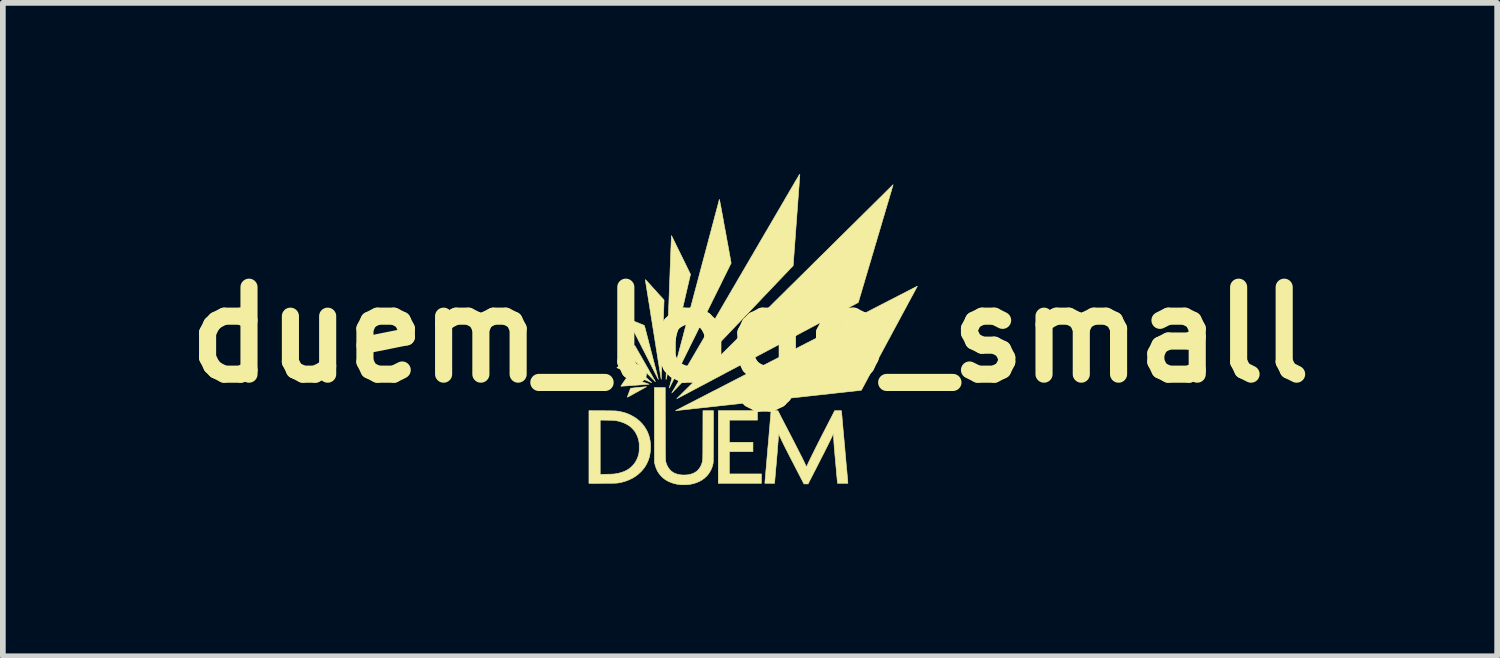
<source format=kicad_pcb>
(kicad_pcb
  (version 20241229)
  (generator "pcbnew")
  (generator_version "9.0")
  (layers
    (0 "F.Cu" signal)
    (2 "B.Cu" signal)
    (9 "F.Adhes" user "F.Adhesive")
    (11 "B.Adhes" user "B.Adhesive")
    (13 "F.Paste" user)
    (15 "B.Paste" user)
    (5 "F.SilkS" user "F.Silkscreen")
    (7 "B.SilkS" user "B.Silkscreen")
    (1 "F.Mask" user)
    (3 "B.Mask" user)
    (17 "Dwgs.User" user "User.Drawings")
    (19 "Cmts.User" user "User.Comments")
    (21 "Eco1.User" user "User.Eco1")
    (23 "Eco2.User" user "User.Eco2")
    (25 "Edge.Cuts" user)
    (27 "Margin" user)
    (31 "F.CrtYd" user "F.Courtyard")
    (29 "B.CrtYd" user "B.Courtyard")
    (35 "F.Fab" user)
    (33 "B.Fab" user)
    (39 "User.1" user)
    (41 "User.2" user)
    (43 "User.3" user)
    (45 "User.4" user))
  (footprint "duem_logo_small"
    (layer "F.Cu")
    (at 10.095 2.818)
    (property "Reference" "duem_logo_small" (at 0 0 0) (layer "F.SilkS") (effects (font (size 1.524 1.524) (thickness 0.3))))
    (attr through_hole)
    (fp_poly (pts (xy 0.13 1.495) (xy -0.362 1.495) (xy -0.362 1.883) (xy 0.051 1.883) (xy 0.051 2.048) (xy -0.362 2.048) (xy -0.362 2.438) (xy 0.2 2.438) (xy 0.2 2.603) (xy -0.556 2.603) (xy -0.556 1.33) (xy 0.13 1.33) (xy 0.13 1.495)) (stroke (width 0.01) (type solid)) (fill yes) (layer "F.SilkS"))
    (fp_poly (pts (xy -1.958 0.8) (xy -1.925 0.811) (xy -1.893 0.822) (xy -1.865 0.832) (xy -1.838 0.841) (xy -1.816 0.849) (xy -1.797 0.855) (xy -1.783 0.861) (xy -1.773 0.864) (xy -1.769 0.866) (xy -1.769 0.866) (xy -1.773 0.866) (xy -1.783 0.867) (xy -1.797 0.868) (xy -1.817 0.87) (xy -1.841 0.871) (xy -1.869 0.873) (xy -1.9 0.876) (xy -1.933 0.878) (xy -1.969 0.881) (xy -1.997 0.883) (xy -2.035 0.885) (xy -2.071 0.888) (xy -2.105 0.89) (xy -2.137 0.893) (xy -2.166 0.895) (xy -2.191 0.896) (xy -2.212 0.898) (xy -2.228 0.899) (xy -2.239 0.9) (xy -2.242 0.9) (xy -2.253 0.901) (xy -2.261 0.901) (xy -2.264 0.9) (xy -2.264 0.9) (xy -2.262 0.897) (xy -2.257 0.889) (xy -2.249 0.878) (xy -2.239 0.863) (xy -2.228 0.846) (xy -2.214 0.826) (xy -2.207 0.816) (xy -2.151 0.734) (xy -1.958 0.8)) (stroke (width 0.01) (type solid)) (fill yes) (layer "F.SilkS"))
    (fp_poly (pts (xy -1.814 0.909) (xy -1.817 0.911) (xy -1.825 0.915) (xy -1.837 0.922) (xy -1.853 0.931) (xy -1.873 0.943) (xy -1.897 0.956) (xy -1.923 0.97) (xy -1.951 0.986) (xy -1.981 1.003) (xy -1.984 1.004) (xy -2.017 1.022) (xy -2.047 1.039) (xy -2.074 1.054) (xy -2.098 1.067) (xy -2.118 1.077) (xy -2.133 1.085) (xy -2.144 1.09) (xy -2.15 1.093) (xy -2.151 1.093) (xy -2.15 1.089) (xy -2.146 1.079) (xy -2.141 1.065) (xy -2.135 1.048) (xy -2.128 1.029) (xy -2.122 1.013) (xy -2.114 0.992) (xy -2.107 0.974) (xy -2.102 0.958) (xy -2.097 0.946) (xy -2.094 0.939) (xy -2.093 0.937) (xy -2.09 0.936) (xy -2.081 0.935) (xy -2.068 0.934) (xy -2.05 0.932) (xy -2.03 0.93) (xy -2.007 0.927) (xy -1.982 0.925) (xy -1.956 0.922) (xy -1.931 0.92) (xy -1.906 0.917) (xy -1.882 0.915) (xy -1.861 0.913) (xy -1.843 0.911) (xy -1.828 0.91) (xy -1.819 0.909) (xy -1.814 0.909) (xy -1.814 0.909)) (stroke (width 0.01) (type solid)) (fill yes) (layer "F.SilkS"))
    (fp_poly (pts (xy -1.944 0.637) (xy -1.907 0.671) (xy -1.874 0.701) (xy -1.845 0.727) (xy -1.82 0.749) (xy -1.799 0.769) (xy -1.781 0.785) (xy -1.766 0.799) (xy -1.754 0.81) (xy -1.744 0.818) (xy -1.737 0.825) (xy -1.731 0.83) (xy -1.728 0.834) (xy -1.725 0.836) (xy -1.724 0.837) (xy -1.724 0.838) (xy -1.724 0.838) (xy -1.725 0.838) (xy -1.726 0.838) (xy -1.73 0.837) (xy -1.738 0.833) (xy -1.75 0.828) (xy -1.765 0.822) (xy -1.768 0.82) (xy -1.778 0.816) (xy -1.793 0.81) (xy -1.812 0.801) (xy -1.836 0.791) (xy -1.863 0.78) (xy -1.893 0.767) (xy -1.926 0.752) (xy -1.96 0.738) (xy -1.996 0.722) (xy -2.032 0.707) (xy -2.069 0.691) (xy -2.105 0.675) (xy -2.14 0.66) (xy -2.174 0.645) (xy -2.206 0.632) (xy -2.235 0.619) (xy -2.26 0.608) (xy -2.273 0.603) (xy -2.295 0.593) (xy -2.312 0.586) (xy -2.324 0.58) (xy -2.331 0.576) (xy -2.333 0.573) (xy -2.333 0.572) (xy -2.329 0.57) (xy -2.321 0.565) (xy -2.308 0.557) (xy -2.292 0.547) (xy -2.274 0.536) (xy -2.253 0.523) (xy -2.236 0.513) (xy -2.143 0.457) (xy -1.944 0.637)) (stroke (width 0.01) (type solid)) (fill yes) (layer "F.SilkS"))
    (fp_poly (pts (xy -2.018 0.191) (xy -2.016 0.194) (xy -2.012 0.202) (xy -2.004 0.215) (xy -1.994 0.232) (xy -1.982 0.253) (xy -1.968 0.279) (xy -1.951 0.307) (xy -1.933 0.339) (xy -1.913 0.373) (xy -1.892 0.41) (xy -1.87 0.449) (xy -1.847 0.49) (xy -1.838 0.505) (xy -1.815 0.546) (xy -1.792 0.585) (xy -1.771 0.623) (xy -1.751 0.659) (xy -1.732 0.691) (xy -1.715 0.721) (xy -1.7 0.748) (xy -1.686 0.771) (xy -1.676 0.79) (xy -1.667 0.805) (xy -1.661 0.815) (xy -1.659 0.819) (xy -1.658 0.82) (xy -1.658 0.822) (xy -1.658 0.822) (xy -1.66 0.82) (xy -1.667 0.814) (xy -1.677 0.804) (xy -1.691 0.79) (xy -1.707 0.774) (xy -1.726 0.755) (xy -1.747 0.733) (xy -1.77 0.71) (xy -1.794 0.686) (xy -1.798 0.682) (xy -1.826 0.654) (xy -1.857 0.622) (xy -1.891 0.588) (xy -1.926 0.552) (xy -1.963 0.515) (xy -2 0.477) (xy -2.036 0.441) (xy -2.07 0.407) (xy -2.1 0.376) (xy -2.263 0.211) (xy -2.251 0.209) (xy -2.245 0.208) (xy -2.234 0.207) (xy -2.219 0.206) (xy -2.2 0.204) (xy -2.179 0.202) (xy -2.156 0.2) (xy -2.133 0.198) (xy -2.109 0.197) (xy -2.087 0.195) (xy -2.066 0.193) (xy -2.048 0.192) (xy -2.033 0.191) (xy -2.023 0.191) (xy -2.018 0.191) (xy -2.018 0.191)) (stroke (width 0.01) (type solid)) (fill yes) (layer "F.SilkS"))
    (fp_poly (pts (xy -2.142 -0.28) (xy -2.134 -0.277) (xy -2.121 -0.272) (xy -2.105 -0.266) (xy -2.085 -0.258) (xy -2.063 -0.249) (xy -2.039 -0.24) (xy -2.014 -0.23) (xy -1.989 -0.22) (xy -1.963 -0.21) (xy -1.939 -0.2) (xy -1.917 -0.191) (xy -1.896 -0.183) (xy -1.879 -0.176) (xy -1.866 -0.17) (xy -1.857 -0.166) (xy -1.853 -0.164) (xy -1.852 -0.164) (xy -1.852 -0.163) (xy -1.851 -0.159) (xy -1.849 -0.152) (xy -1.846 -0.142) (xy -1.842 -0.128) (xy -1.837 -0.11) (xy -1.831 -0.088) (xy -1.824 -0.061) (xy -1.816 -0.029) (xy -1.806 0.009) (xy -1.795 0.052) (xy -1.794 0.056) (xy -1.786 0.085) (xy -1.779 0.114) (xy -1.772 0.142) (xy -1.764 0.171) (xy -1.756 0.201) (xy -1.748 0.233) (xy -1.74 0.266) (xy -1.73 0.301) (xy -1.72 0.34) (xy -1.71 0.382) (xy -1.698 0.427) (xy -1.685 0.477) (xy -1.671 0.532) (xy -1.655 0.591) (xy -1.638 0.655) (xy -1.631 0.682) (xy -1.625 0.707) (xy -1.619 0.729) (xy -1.615 0.748) (xy -1.611 0.763) (xy -1.608 0.774) (xy -1.607 0.779) (xy -1.607 0.78) (xy -1.609 0.777) (xy -1.613 0.77) (xy -1.619 0.758) (xy -1.627 0.742) (xy -1.637 0.723) (xy -1.648 0.702) (xy -1.657 0.685) (xy -1.67 0.658) (xy -1.686 0.627) (xy -1.703 0.593) (xy -1.72 0.559) (xy -1.737 0.525) (xy -1.753 0.494) (xy -1.761 0.479) (xy -1.774 0.452) (xy -1.79 0.421) (xy -1.808 0.386) (xy -1.827 0.35) (xy -1.845 0.313) (xy -1.864 0.277) (xy -1.881 0.243) (xy -1.887 0.232) (xy -1.902 0.202) (xy -1.917 0.172) (xy -1.932 0.142) (xy -1.947 0.114) (xy -1.96 0.088) (xy -1.971 0.065) (xy -1.981 0.047) (xy -1.986 0.037) (xy -2.004 0.001) (xy -2.023 -0.035) (xy -2.04 -0.07) (xy -2.057 -0.104) (xy -2.074 -0.136) (xy -2.089 -0.166) (xy -2.103 -0.193) (xy -2.115 -0.218) (xy -2.126 -0.239) (xy -2.134 -0.257) (xy -2.14 -0.27) (xy -2.144 -0.278) (xy -2.145 -0.281) (xy -2.145 -0.281) (xy -2.142 -0.28)) (stroke (width 0.01) (type solid)) (fill yes) (layer "F.SilkS"))
    (fp_poly (pts (xy -1.832 -0.966) (xy -1.826 -0.961) (xy -1.818 -0.953) (xy -1.808 -0.942) (xy -1.803 -0.937) (xy -1.791 -0.923) (xy -1.775 -0.906) (xy -1.757 -0.886) (xy -1.737 -0.864) (xy -1.716 -0.84) (xy -1.694 -0.816) (xy -1.671 -0.791) (xy -1.649 -0.767) (xy -1.628 -0.743) (xy -1.608 -0.721) (xy -1.59 -0.701) (xy -1.574 -0.684) (xy -1.562 -0.671) (xy -1.553 -0.661) (xy -1.552 -0.66) (xy -1.541 -0.648) (xy -1.53 -0.636) (xy -1.522 -0.626) (xy -1.516 -0.62) (xy -1.516 -0.62) (xy -1.507 -0.609) (xy -1.52 -0.221) (xy -1.522 -0.17) (xy -1.524 -0.12) (xy -1.526 -0.071) (xy -1.527 -0.023) (xy -1.529 0.023) (xy -1.53 0.066) (xy -1.532 0.106) (xy -1.533 0.142) (xy -1.534 0.175) (xy -1.535 0.203) (xy -1.536 0.225) (xy -1.537 0.242) (xy -1.537 0.249) (xy -1.538 0.267) (xy -1.538 0.29) (xy -1.539 0.318) (xy -1.541 0.35) (xy -1.542 0.385) (xy -1.543 0.423) (xy -1.544 0.462) (xy -1.546 0.502) (xy -1.547 0.542) (xy -1.548 0.555) (xy -1.549 0.592) (xy -1.55 0.627) (xy -1.552 0.66) (xy -1.553 0.69) (xy -1.554 0.717) (xy -1.555 0.739) (xy -1.555 0.757) (xy -1.556 0.77) (xy -1.556 0.778) (xy -1.557 0.78) (xy -1.557 0.777) (xy -1.559 0.769) (xy -1.561 0.755) (xy -1.564 0.737) (xy -1.568 0.715) (xy -1.572 0.69) (xy -1.576 0.663) (xy -1.58 0.637) (xy -1.586 0.604) (xy -1.592 0.564) (xy -1.599 0.52) (xy -1.607 0.47) (xy -1.616 0.417) (xy -1.625 0.359) (xy -1.634 0.298) (xy -1.645 0.234) (xy -1.655 0.167) (xy -1.666 0.099) (xy -1.677 0.029) (xy -1.688 -0.041) (xy -1.7 -0.113) (xy -1.711 -0.184) (xy -1.722 -0.255) (xy -1.734 -0.325) (xy -1.744 -0.393) (xy -1.755 -0.46) (xy -1.765 -0.524) (xy -1.775 -0.585) (xy -1.784 -0.643) (xy -1.793 -0.697) (xy -1.801 -0.747) (xy -1.808 -0.792) (xy -1.814 -0.832) (xy -1.818 -0.854) (xy -1.822 -0.88) (xy -1.826 -0.903) (xy -1.829 -0.924) (xy -1.831 -0.942) (xy -1.833 -0.955) (xy -1.834 -0.964) (xy -1.834 -0.967) (xy -1.832 -0.966)) (stroke (width 0.01) (type solid)) (fill yes) (layer "F.SilkS"))
    (fp_poly (pts (xy -2.59 1.331) (xy -2.546 1.331) (xy -2.507 1.332) (xy -2.474 1.332) (xy -2.445 1.332) (xy -2.421 1.333) (xy -2.401 1.333) (xy -2.384 1.333) (xy -2.37 1.334) (xy -2.358 1.334) (xy -2.347 1.335) (xy -2.338 1.336) (xy -2.33 1.337) (xy -2.322 1.338) (xy -2.315 1.339) (xy -2.266 1.348) (xy -2.221 1.359) (xy -2.179 1.371) (xy -2.139 1.386) (xy -2.097 1.405) (xy -2.091 1.408) (xy -2.034 1.439) (xy -1.982 1.474) (xy -1.935 1.513) (xy -1.893 1.556) (xy -1.855 1.603) (xy -1.822 1.655) (xy -1.8 1.697) (xy -1.779 1.748) (xy -1.762 1.802) (xy -1.751 1.859) (xy -1.744 1.917) (xy -1.743 1.976) (xy -1.746 2.034) (xy -1.754 2.092) (xy -1.766 2.148) (xy -1.784 2.201) (xy -1.803 2.244) (xy -1.823 2.282) (xy -1.843 2.315) (xy -1.865 2.345) (xy -1.89 2.375) (xy -1.911 2.398) (xy -1.957 2.441) (xy -2.007 2.479) (xy -2.06 2.512) (xy -2.118 2.54) (xy -2.18 2.564) (xy -2.245 2.583) (xy -2.311 2.596) (xy -2.318 2.597) (xy -2.326 2.598) (xy -2.335 2.599) (xy -2.346 2.599) (xy -2.358 2.6) (xy -2.373 2.601) (xy -2.392 2.601) (xy -2.414 2.601) (xy -2.44 2.602) (xy -2.47 2.602) (xy -2.506 2.602) (xy -2.547 2.602) (xy -2.584 2.603) (xy -2.823 2.604) (xy -2.823 2.446) (xy -2.626 2.446) (xy -2.512 2.444) (xy -2.485 2.443) (xy -2.458 2.443) (xy -2.433 2.442) (xy -2.412 2.441) (xy -2.393 2.44) (xy -2.38 2.439) (xy -2.373 2.438) (xy -2.312 2.428) (xy -2.256 2.413) (xy -2.205 2.395) (xy -2.158 2.372) (xy -2.115 2.345) (xy -2.077 2.313) (xy -2.043 2.277) (xy -2.034 2.266) (xy -2.008 2.229) (xy -1.987 2.191) (xy -1.969 2.152) (xy -1.956 2.11) (xy -1.947 2.072) (xy -1.945 2.06) (xy -1.944 2.047) (xy -1.943 2.032) (xy -1.942 2.014) (xy -1.942 1.991) (xy -1.942 1.97) (xy -1.942 1.945) (xy -1.942 1.925) (xy -1.942 1.909) (xy -1.943 1.896) (xy -1.945 1.884) (xy -1.947 1.872) (xy -1.949 1.861) (xy -1.962 1.81) (xy -1.981 1.761) (xy -2.005 1.715) (xy -2.022 1.689) (xy -2.035 1.673) (xy -2.051 1.654) (xy -2.07 1.635) (xy -2.09 1.617) (xy -2.108 1.601) (xy -2.118 1.594) (xy -2.162 1.567) (xy -2.21 1.544) (xy -2.263 1.525) (xy -2.319 1.51) (xy -2.357 1.503) (xy -2.369 1.502) (xy -2.384 1.5) (xy -2.402 1.499) (xy -2.424 1.498) (xy -2.451 1.497) (xy -2.483 1.497) (xy -2.507 1.496) (xy -2.626 1.495) (xy -2.626 2.446) (xy -2.823 2.446) (xy -2.823 1.33) (xy -2.59 1.331)) (stroke (width 0.01) (type solid)) (fill yes) (layer "F.SilkS"))
    (fp_poly (pts (xy -1.485 1.555) (xy -1.485 1.63) (xy -1.485 1.7) (xy -1.485 1.763) (xy -1.485 1.821) (xy -1.484 1.874) (xy -1.484 1.922) (xy -1.484 1.965) (xy -1.484 2.004) (xy -1.484 2.038) (xy -1.483 2.069) (xy -1.483 2.096) (xy -1.483 2.12) (xy -1.482 2.141) (xy -1.482 2.158) (xy -1.481 2.174) (xy -1.48 2.187) (xy -1.48 2.198) (xy -1.479 2.207) (xy -1.478 2.216) (xy -1.477 2.222) (xy -1.475 2.229) (xy -1.474 2.234) (xy -1.473 2.239) (xy -1.471 2.244) (xy -1.469 2.25) (xy -1.467 2.255) (xy -1.467 2.257) (xy -1.451 2.296) (xy -1.43 2.332) (xy -1.405 2.364) (xy -1.377 2.392) (xy -1.345 2.414) (xy -1.311 2.431) (xy -1.273 2.443) (xy -1.231 2.452) (xy -1.187 2.457) (xy -1.142 2.457) (xy -1.097 2.454) (xy -1.054 2.447) (xy -1.014 2.435) (xy -0.998 2.429) (xy -0.963 2.411) (xy -0.931 2.389) (xy -0.903 2.361) (xy -0.879 2.328) (xy -0.867 2.307) (xy -0.856 2.286) (xy -0.847 2.264) (xy -0.84 2.24) (xy -0.834 2.218) (xy -0.833 2.214) (xy -0.832 2.209) (xy -0.832 2.205) (xy -0.831 2.2) (xy -0.83 2.194) (xy -0.83 2.186) (xy -0.829 2.177) (xy -0.829 2.166) (xy -0.828 2.153) (xy -0.828 2.137) (xy -0.828 2.117) (xy -0.828 2.095) (xy -0.827 2.069) (xy -0.827 2.038) (xy -0.827 2.004) (xy -0.827 1.965) (xy -0.827 1.92) (xy -0.827 1.871) (xy -0.826 1.815) (xy -0.826 1.76) (xy -0.825 1.33) (xy -0.641 1.33) (xy -0.642 1.784) (xy -0.642 1.846) (xy -0.642 1.903) (xy -0.643 1.954) (xy -0.643 1.999) (xy -0.643 2.04) (xy -0.643 2.075) (xy -0.643 2.107) (xy -0.643 2.134) (xy -0.644 2.157) (xy -0.644 2.178) (xy -0.644 2.195) (xy -0.644 2.209) (xy -0.645 2.221) (xy -0.645 2.231) (xy -0.646 2.239) (xy -0.646 2.245) (xy -0.647 2.251) (xy -0.648 2.255) (xy -0.649 2.259) (xy -0.649 2.263) (xy -0.65 2.266) (xy -0.664 2.316) (xy -0.682 2.361) (xy -0.704 2.402) (xy -0.73 2.441) (xy -0.76 2.476) (xy -0.799 2.512) (xy -0.842 2.544) (xy -0.89 2.57) (xy -0.941 2.592) (xy -0.996 2.609) (xy -1.055 2.621) (xy -1.057 2.621) (xy -1.076 2.623) (xy -1.099 2.625) (xy -1.125 2.627) (xy -1.153 2.627) (xy -1.179 2.627) (xy -1.203 2.627) (xy -1.222 2.626) (xy -1.224 2.626) (xy -1.285 2.617) (xy -1.343 2.603) (xy -1.396 2.584) (xy -1.446 2.561) (xy -1.492 2.533) (xy -1.533 2.5) (xy -1.556 2.477) (xy -1.589 2.439) (xy -1.617 2.397) (xy -1.64 2.351) (xy -1.658 2.301) (xy -1.668 2.264) (xy -1.675 2.234) (xy -1.676 1.579) (xy -1.677 0.924) (xy -1.486 0.924) (xy -1.485 1.555)) (stroke (width 0.01) (type solid)) (fill yes) (layer "F.SilkS"))
    (fp_poly (pts (xy -1.375 -1.736) (xy -1.371 -1.729) (xy -1.366 -1.718) (xy -1.358 -1.704) (xy -1.35 -1.687) (xy -1.35 -1.687) (xy -1.346 -1.678) (xy -1.341 -1.668) (xy -1.336 -1.658) (xy -1.331 -1.647) (xy -1.325 -1.635) (xy -1.318 -1.621) (xy -1.311 -1.606) (xy -1.302 -1.587) (xy -1.291 -1.566) (xy -1.28 -1.542) (xy -1.266 -1.515) (xy -1.251 -1.483) (xy -1.233 -1.448) (xy -1.214 -1.408) (xy -1.191 -1.363) (xy -1.167 -1.313) (xy -1.161 -1.302) (xy -1.148 -1.274) (xy -1.133 -1.244) (xy -1.119 -1.215) (xy -1.105 -1.187) (xy -1.093 -1.161) (xy -1.082 -1.139) (xy -1.076 -1.126) (xy -1.043 -1.06) (xy -1.095 -0.839) (xy -1.105 -0.795) (xy -1.116 -0.749) (xy -1.127 -0.7) (xy -1.139 -0.649) (xy -1.151 -0.594) (xy -1.165 -0.537) (xy -1.179 -0.476) (xy -1.194 -0.412) (xy -1.21 -0.343) (xy -1.226 -0.27) (xy -1.244 -0.193) (xy -1.263 -0.111) (xy -1.283 -0.025) (xy -1.305 0.067) (xy -1.327 0.165) (xy -1.351 0.268) (xy -1.375 0.37) (xy -1.386 0.42) (xy -1.397 0.468) (xy -1.408 0.515) (xy -1.418 0.559) (xy -1.428 0.6) (xy -1.437 0.638) (xy -1.445 0.672) (xy -1.452 0.703) (xy -1.458 0.729) (xy -1.463 0.751) (xy -1.467 0.768) (xy -1.47 0.779) (xy -1.472 0.785) (xy -1.472 0.786) (xy -1.472 0.784) (xy -1.472 0.777) (xy -1.472 0.765) (xy -1.472 0.751) (xy -1.472 0.745) (xy -1.471 0.736) (xy -1.471 0.722) (xy -1.47 0.702) (xy -1.469 0.677) (xy -1.468 0.647) (xy -1.467 0.613) (xy -1.465 0.575) (xy -1.464 0.533) (xy -1.462 0.488) (xy -1.46 0.441) (xy -1.458 0.391) (xy -1.456 0.339) (xy -1.454 0.285) (xy -1.453 0.235) (xy -1.451 0.18) (xy -1.448 0.125) (xy -1.446 0.071) (xy -1.445 0.019) (xy -1.443 -0.031) (xy -1.441 -0.078) (xy -1.439 -0.122) (xy -1.438 -0.163) (xy -1.436 -0.201) (xy -1.435 -0.234) (xy -1.434 -0.262) (xy -1.433 -0.285) (xy -1.432 -0.303) (xy -1.432 -0.313) (xy -1.431 -0.35) (xy -1.429 -0.394) (xy -1.427 -0.443) (xy -1.425 -0.5) (xy -1.422 -0.562) (xy -1.42 -0.63) (xy -1.417 -0.705) (xy -1.414 -0.786) (xy -1.413 -0.814) (xy -1.41 -0.905) (xy -1.406 -0.99) (xy -1.403 -1.069) (xy -1.401 -1.142) (xy -1.398 -1.21) (xy -1.396 -1.272) (xy -1.394 -1.33) (xy -1.392 -1.382) (xy -1.39 -1.43) (xy -1.388 -1.473) (xy -1.387 -1.513) (xy -1.385 -1.548) (xy -1.384 -1.579) (xy -1.383 -1.607) (xy -1.382 -1.631) (xy -1.381 -1.653) (xy -1.38 -1.671) (xy -1.38 -1.686) (xy -1.379 -1.699) (xy -1.379 -1.71) (xy -1.378 -1.719) (xy -1.378 -1.726) (xy -1.378 -1.731) (xy -1.377 -1.734) (xy -1.377 -1.737) (xy -1.377 -1.738) (xy -1.377 -1.739) (xy -1.377 -1.739) (xy -1.375 -1.736)) (stroke (width 0.01) (type solid)) (fill yes) (layer "F.SilkS"))
    (fp_poly (pts (xy -0.537 -2.373) (xy -0.536 -2.37) (xy -0.535 -2.366) (xy -0.534 -2.36) (xy -0.532 -2.353) (xy -0.53 -2.342) (xy -0.527 -2.33) (xy -0.525 -2.315) (xy -0.521 -2.297) (xy -0.517 -2.275) (xy -0.512 -2.251) (xy -0.507 -2.223) (xy -0.501 -2.191) (xy -0.495 -2.156) (xy -0.487 -2.116) (xy -0.479 -2.071) (xy -0.47 -2.023) (xy -0.461 -1.969) (xy -0.45 -1.91) (xy -0.438 -1.847) (xy -0.425 -1.777) (xy -0.412 -1.702) (xy -0.397 -1.622) (xy -0.384 -1.552) (xy -0.331 -1.257) (xy -0.437 -1.042) (xy -0.456 -1.005) (xy -0.475 -0.966) (xy -0.494 -0.928) (xy -0.512 -0.89) (xy -0.53 -0.854) (xy -0.547 -0.82) (xy -0.562 -0.789) (xy -0.576 -0.762) (xy -0.587 -0.739) (xy -0.592 -0.729) (xy -0.602 -0.709) (xy -0.612 -0.689) (xy -0.622 -0.667) (xy -0.634 -0.644) (xy -0.647 -0.618) (xy -0.661 -0.59) (xy -0.676 -0.559) (xy -0.693 -0.525) (xy -0.711 -0.488) (xy -0.731 -0.447) (xy -0.753 -0.402) (xy -0.778 -0.353) (xy -0.805 -0.299) (xy -0.834 -0.24) (xy -0.866 -0.175) (xy -0.868 -0.17) (xy -0.885 -0.137) (xy -0.902 -0.102) (xy -0.919 -0.067) (xy -0.936 -0.032) (xy -0.952 0.000383) (xy -0.967 0.031) (xy -0.98 0.057) (xy -0.991 0.079) (xy -0.992 0.081) (xy -1.001 0.099) (xy -1.013 0.123) (xy -1.026 0.15) (xy -1.042 0.181) (xy -1.059 0.215) (xy -1.076 0.252) (xy -1.095 0.289) (xy -1.114 0.327) (xy -1.133 0.365) (xy -1.146 0.392) (xy -1.164 0.428) (xy -1.181 0.462) (xy -1.197 0.495) (xy -1.213 0.526) (xy -1.227 0.555) (xy -1.239 0.58) (xy -1.25 0.601) (xy -1.258 0.619) (xy -1.265 0.632) (xy -1.268 0.64) (xy -1.268 0.64) (xy -1.273 0.65) (xy -1.28 0.665) (xy -1.289 0.682) (xy -1.299 0.703) (xy -1.311 0.726) (xy -1.323 0.75) (xy -1.335 0.775) (xy -1.348 0.801) (xy -1.36 0.825) (xy -1.372 0.849) (xy -1.384 0.871) (xy -1.393 0.891) (xy -1.402 0.908) (xy -1.409 0.921) (xy -1.413 0.93) (xy -1.415 0.933) (xy -1.415 0.933) (xy -1.416 0.932) (xy -1.415 0.93) (xy -1.414 0.925) (xy -1.411 0.916) (xy -1.408 0.902) (xy -1.403 0.887) (xy -1.402 0.881) (xy -1.399 0.871) (xy -1.395 0.855) (xy -1.39 0.834) (xy -1.383 0.809) (xy -1.375 0.78) (xy -1.367 0.748) (xy -1.357 0.713) (xy -1.348 0.676) (xy -1.337 0.638) (xy -1.327 0.598) (xy -1.324 0.587) (xy -1.314 0.55) (xy -1.303 0.508) (xy -1.29 0.461) (xy -1.277 0.41) (xy -1.262 0.356) (xy -1.247 0.299) (xy -1.232 0.241) (xy -1.216 0.183) (xy -1.201 0.124) (xy -1.185 0.066) (xy -1.17 0.01) (xy -1.156 -0.045) (xy -1.156 -0.046) (xy -1.142 -0.099) (xy -1.127 -0.153) (xy -1.113 -0.208) (xy -1.098 -0.263) (xy -1.084 -0.318) (xy -1.069 -0.371) (xy -1.056 -0.422) (xy -1.043 -0.471) (xy -1.031 -0.516) (xy -1.02 -0.558) (xy -1.01 -0.594) (xy -1.002 -0.626) (xy -1 -0.632) (xy -0.959 -0.788) (xy -0.919 -0.937) (xy -0.881 -1.082) (xy -0.844 -1.221) (xy -0.808 -1.355) (xy -0.778 -1.468) (xy -0.766 -1.512) (xy -0.754 -1.558) (xy -0.741 -1.606) (xy -0.728 -1.655) (xy -0.716 -1.703) (xy -0.703 -1.75) (xy -0.691 -1.795) (xy -0.68 -1.835) (xy -0.671 -1.871) (xy -0.67 -1.875) (xy -0.66 -1.914) (xy -0.648 -1.957) (xy -0.636 -2.002) (xy -0.624 -2.048) (xy -0.612 -2.094) (xy -0.6 -2.137) (xy -0.59 -2.177) (xy -0.581 -2.21) (xy -0.573 -2.24) (xy -0.565 -2.269) (xy -0.558 -2.296) (xy -0.552 -2.32) (xy -0.547 -2.34) (xy -0.542 -2.356) (xy -0.539 -2.367) (xy -0.538 -2.373) (xy -0.538 -2.373) (xy -0.537 -2.374) (xy -0.537 -2.373)) (stroke (width 0.01) (type solid)) (fill yes) (layer "F.SilkS"))
    (fp_poly (pts (xy 2.507 -2.628) (xy 2.504 -2.619) (xy 2.5 -2.606) (xy 2.495 -2.588) (xy 2.489 -2.566) (xy 2.482 -2.541) (xy 2.474 -2.514) (xy 2.465 -2.484) (xy 2.464 -2.479) (xy 2.453 -2.444) (xy 2.442 -2.405) (xy 2.43 -2.365) (xy 2.418 -2.325) (xy 2.406 -2.286) (xy 2.396 -2.25) (xy 2.386 -2.218) (xy 2.383 -2.207) (xy 2.375 -2.181) (xy 2.366 -2.15) (xy 2.356 -2.114) (xy 2.344 -2.076) (xy 2.332 -2.036) (xy 2.32 -1.995) (xy 2.308 -1.954) (xy 2.296 -1.913) (xy 2.288 -1.886) (xy 2.28 -1.858) (xy 2.27 -1.825) (xy 2.259 -1.787) (xy 2.246 -1.745) (xy 2.232 -1.698) (xy 2.218 -1.649) (xy 2.202 -1.597) (xy 2.186 -1.543) (xy 2.17 -1.487) (xy 2.153 -1.43) (xy 2.136 -1.374) (xy 2.12 -1.317) (xy 2.103 -1.261) (xy 2.099 -1.248) (xy 2.083 -1.194) (xy 2.067 -1.14) (xy 2.052 -1.088) (xy 2.036 -1.036) (xy 2.021 -0.985) (xy 2.007 -0.937) (xy 1.994 -0.891) (xy 1.981 -0.849) (xy 1.969 -0.809) (xy 1.959 -0.774) (xy 1.95 -0.743) (xy 1.942 -0.717) (xy 1.936 -0.696) (xy 1.933 -0.687) (xy 1.898 -0.567) (xy 1.121 -0.155) (xy 1.053 -0.119) (xy 0.985 -0.082) (xy 0.917 -0.047) (xy 0.851 -0.011) (xy 0.785 0.024) (xy 0.721 0.058) (xy 0.658 0.091) (xy 0.597 0.123) (xy 0.539 0.154) (xy 0.484 0.183) (xy 0.431 0.211) (xy 0.381 0.238) (xy 0.335 0.262) (xy 0.293 0.284) (xy 0.255 0.305) (xy 0.222 0.322) (xy 0.193 0.338) (xy 0.169 0.35) (xy 0.154 0.358) (xy 0.132 0.37) (xy 0.106 0.384) (xy 0.074 0.401) (xy 0.038 0.42) (xy -0.003 0.441) (xy -0.047 0.465) (xy -0.094 0.49) (xy -0.145 0.517) (xy -0.198 0.545) (xy -0.254 0.575) (xy -0.311 0.605) (xy -0.37 0.636) (xy -0.431 0.668) (xy -0.492 0.701) (xy -0.553 0.734) (xy -0.615 0.766) (xy -0.66 0.79) (xy -0.718 0.821) (xy -0.776 0.852) (xy -0.831 0.881) (xy -0.885 0.909) (xy -0.936 0.937) (xy -0.985 0.962) (xy -1.031 0.987) (xy -1.074 1.01) (xy -1.113 1.031) (xy -1.15 1.05) (xy -1.182 1.067) (xy -1.211 1.082) (xy -1.235 1.095) (xy -1.255 1.105) (xy -1.27 1.113) (xy -1.279 1.118) (xy -1.284 1.121) (xy -1.284 1.121) (xy -1.282 1.119) (xy -1.276 1.112) (xy -1.266 1.102) (xy -1.253 1.089) (xy -1.237 1.072) (xy -1.217 1.053) (xy -1.196 1.032) (xy -1.172 1.008) (xy -1.147 0.983) (xy -1.128 0.964) (xy -1.096 0.933) (xy -1.061 0.898) (xy -1.023 0.861) (xy -0.985 0.823) (xy -0.946 0.785) (xy -0.909 0.747) (xy -0.873 0.712) (xy -0.84 0.679) (xy -0.821 0.66) (xy -0.692 0.533) (xy -0.563 0.406) (xy -0.435 0.279) (xy -0.309 0.154) (xy -0.24 0.086) (xy -0.209 0.055) (xy -0.174 0.021) (xy -0.138 -0.015) (xy -0.101 -0.052) (xy -0.064 -0.089) (xy -0.027 -0.124) (xy 0.007 -0.158) (xy 0.038 -0.189) (xy 0.049 -0.2) (xy 0.079 -0.229) (xy 0.111 -0.262) (xy 0.147 -0.297) (xy 0.184 -0.333) (xy 0.221 -0.37) (xy 0.258 -0.406) (xy 0.293 -0.441) (xy 0.326 -0.474) (xy 0.34 -0.488) (xy 0.402 -0.549) (xy 0.465 -0.612) (xy 0.529 -0.675) (xy 0.594 -0.739) (xy 0.659 -0.804) (xy 0.724 -0.868) (xy 0.788 -0.931) (xy 0.851 -0.993) (xy 0.912 -1.054) (xy 0.971 -1.112) (xy 1.028 -1.168) (xy 1.082 -1.222) (xy 1.132 -1.272) (xy 1.179 -1.318) (xy 1.211 -1.35) (xy 1.241 -1.379) (xy 1.273 -1.411) (xy 1.309 -1.446) (xy 1.346 -1.482) (xy 1.383 -1.519) (xy 1.42 -1.556) (xy 1.455 -1.591) (xy 1.488 -1.623) (xy 1.502 -1.637) (xy 1.533 -1.668) (xy 1.567 -1.702) (xy 1.604 -1.738) (xy 1.641 -1.775) (xy 1.679 -1.812) (xy 1.715 -1.848) (xy 1.75 -1.882) (xy 1.781 -1.913) (xy 1.794 -1.926) (xy 1.824 -1.955) (xy 1.857 -1.988) (xy 1.892 -2.023) (xy 1.93 -2.06) (xy 1.967 -2.097) (xy 2.004 -2.134) (xy 2.04 -2.169) (xy 2.072 -2.201) (xy 2.086 -2.215) (xy 2.117 -2.245) (xy 2.151 -2.279) (xy 2.186 -2.314) (xy 2.223 -2.35) (xy 2.259 -2.386) (xy 2.295 -2.421) (xy 2.328 -2.454) (xy 2.358 -2.484) (xy 2.372 -2.498) (xy 2.396 -2.522) (xy 2.419 -2.544) (xy 2.44 -2.565) (xy 2.459 -2.584) (xy 2.475 -2.6) (xy 2.489 -2.613) (xy 2.499 -2.623) (xy 2.505 -2.629) (xy 2.507 -2.631) (xy 2.507 -2.628)) (stroke (width 0.01) (type solid)) (fill yes) (layer "F.SilkS"))
    (fp_poly (pts (xy 2.933 -0.852) (xy 2.931 -0.849) (xy 2.927 -0.841) (xy 2.919 -0.827) (xy 2.909 -0.809) (xy 2.897 -0.785) (xy 2.882 -0.758) (xy 2.865 -0.725) (xy 2.845 -0.689) (xy 2.823 -0.649) (xy 2.8 -0.605) (xy 2.774 -0.558) (xy 2.747 -0.507) (xy 2.718 -0.453) (xy 2.687 -0.396) (xy 2.655 -0.337) (xy 2.622 -0.275) (xy 2.588 -0.211) (xy 2.552 -0.145) (xy 2.515 -0.077) (xy 2.478 -0.007) (xy 2.442 0.06) (xy 2.403 0.131) (xy 2.366 0.201) (xy 2.329 0.269) (xy 2.294 0.335) (xy 2.259 0.399) (xy 2.226 0.46) (xy 2.194 0.52) (xy 2.164 0.576) (xy 2.135 0.63) (xy 2.108 0.68) (xy 2.082 0.727) (xy 2.059 0.771) (xy 2.037 0.811) (xy 2.018 0.847) (xy 2.001 0.879) (xy 1.986 0.906) (xy 1.974 0.929) (xy 1.964 0.947) (xy 1.957 0.961) (xy 1.952 0.969) (xy 1.951 0.971) (xy 1.947 0.972) (xy 1.938 0.973) (xy 1.924 0.975) (xy 1.905 0.977) (xy 1.882 0.98) (xy 1.855 0.983) (xy 1.824 0.986) (xy 1.791 0.99) (xy 1.756 0.994) (xy 1.738 0.996) (xy 1.713 0.998) (xy 1.687 1.001) (xy 1.661 1.004) (xy 1.633 1.007) (xy 1.603 1.01) (xy 1.572 1.014) (xy 1.539 1.017) (xy 1.504 1.021) (xy 1.467 1.025) (xy 1.426 1.03) (xy 1.383 1.035) (xy 1.337 1.04) (xy 1.287 1.045) (xy 1.234 1.051) (xy 1.177 1.057) (xy 1.116 1.064) (xy 1.05 1.071) (xy 0.98 1.079) (xy 0.905 1.087) (xy 0.825 1.096) (xy 0.74 1.105) (xy 0.65 1.115) (xy 0.553 1.126) (xy 0.451 1.137) (xy 0.394 1.143) (xy 0.34 1.149) (xy 0.282 1.155) (xy 0.223 1.162) (xy 0.163 1.169) (xy 0.102 1.175) (xy 0.042 1.182) (xy -0.016 1.188) (xy -0.072 1.194) (xy -0.124 1.2) (xy -0.173 1.205) (xy -0.216 1.21) (xy -0.243 1.213) (xy -0.307 1.22) (xy -0.366 1.227) (xy -0.42 1.232) (xy -0.47 1.238) (xy -0.517 1.243) (xy -0.562 1.248) (xy -0.605 1.253) (xy -0.647 1.257) (xy -0.689 1.262) (xy -0.732 1.267) (xy -0.776 1.272) (xy -0.823 1.277) (xy -0.873 1.282) (xy -0.927 1.288) (xy -0.985 1.294) (xy -1.01 1.297) (xy -1.051 1.302) (xy -1.091 1.306) (xy -1.128 1.31) (xy -1.163 1.314) (xy -1.195 1.317) (xy -1.223 1.32) (xy -1.248 1.323) (xy -1.268 1.325) (xy -1.282 1.327) (xy -1.292 1.328) (xy -1.295 1.329) (xy -1.302 1.329) (xy -1.305 1.329) (xy -1.305 1.329) (xy -1.303 1.328) (xy -1.297 1.325) (xy -1.288 1.32) (xy -1.275 1.313) (xy -1.258 1.305) (xy -1.237 1.294) (xy -1.212 1.281) (xy -1.183 1.266) (xy -1.149 1.248) (xy -1.11 1.228) (xy -1.067 1.206) (xy -1.018 1.181) (xy -0.964 1.153) (xy -0.906 1.123) (xy -0.841 1.09) (xy -0.794 1.065) (xy -0.72 1.027) (xy -0.652 0.992) (xy -0.588 0.96) (xy -0.53 0.93) (xy -0.477 0.902) (xy -0.428 0.877) (xy -0.383 0.854) (xy -0.343 0.833) (xy -0.306 0.814) (xy -0.273 0.797) (xy -0.244 0.782) (xy -0.217 0.768) (xy -0.202 0.76) (xy -0.192 0.755) (xy -0.177 0.748) (xy -0.157 0.738) (xy -0.134 0.725) (xy -0.106 0.711) (xy -0.074 0.695) (xy -0.04 0.677) (xy -0.003 0.658) (xy 0.036 0.638) (xy 0.077 0.617) (xy 0.12 0.595) (xy 0.163 0.573) (xy 0.17 0.569) (xy 0.213 0.547) (xy 0.261 0.522) (xy 0.314 0.495) (xy 0.37 0.466) (xy 0.429 0.436) (xy 0.489 0.405) (xy 0.552 0.372) (xy 0.615 0.34) (xy 0.678 0.308) (xy 0.74 0.276) (xy 0.801 0.244) (xy 0.859 0.214) (xy 0.915 0.185) (xy 0.918 0.184) (xy 0.973 0.155) (xy 1.032 0.125) (xy 1.093 0.094) (xy 1.155 0.062) (xy 1.218 0.03) (xy 1.281 -0.003) (xy 1.343 -0.035) (xy 1.404 -0.066) (xy 1.463 -0.097) (xy 1.519 -0.126) (xy 1.572 -0.153) (xy 1.62 -0.178) (xy 1.663 -0.2) (xy 1.665 -0.201) (xy 1.715 -0.226) (xy 1.767 -0.253) (xy 1.823 -0.282) (xy 1.879 -0.311) (xy 1.937 -0.341) (xy 1.994 -0.37) (xy 2.05 -0.399) (xy 2.105 -0.427) (xy 2.156 -0.454) (xy 2.204 -0.478) (xy 2.247 -0.5) (xy 2.254 -0.504) (xy 2.297 -0.526) (xy 2.342 -0.549) (xy 2.388 -0.573) (xy 2.434 -0.597) (xy 2.48 -0.62) (xy 2.524 -0.643) (xy 2.566 -0.664) (xy 2.605 -0.685) (xy 2.641 -0.703) (xy 2.672 -0.719) (xy 2.686 -0.726) (xy 2.717 -0.742) (xy 2.748 -0.758) (xy 2.778 -0.774) (xy 2.806 -0.788) (xy 2.832 -0.801) (xy 2.854 -0.813) (xy 2.873 -0.822) (xy 2.886 -0.83) (xy 2.892 -0.833) (xy 2.907 -0.84) (xy 2.919 -0.846) (xy 2.928 -0.85) (xy 2.932 -0.852) (xy 2.933 -0.852)) (stroke (width 0.01) (type solid)) (fill yes) (layer "F.SilkS"))
    (fp_poly (pts (xy 0.872 -2.813) (xy 0.872 -2.808) (xy 0.872 -2.798) (xy 0.871 -2.783) (xy 0.87 -2.763) (xy 0.868 -2.739) (xy 0.866 -2.712) (xy 0.864 -2.682) (xy 0.862 -2.65) (xy 0.861 -2.632) (xy 0.859 -2.604) (xy 0.856 -2.571) (xy 0.853 -2.532) (xy 0.85 -2.49) (xy 0.847 -2.444) (xy 0.843 -2.395) (xy 0.839 -2.344) (xy 0.836 -2.292) (xy 0.832 -2.24) (xy 0.828 -2.187) (xy 0.824 -2.136) (xy 0.822 -2.111) (xy 0.819 -2.063) (xy 0.815 -2.015) (xy 0.812 -1.968) (xy 0.808 -1.922) (xy 0.805 -1.878) (xy 0.802 -1.837) (xy 0.799 -1.8) (xy 0.797 -1.765) (xy 0.795 -1.735) (xy 0.793 -1.71) (xy 0.791 -1.69) (xy 0.791 -1.678) (xy 0.789 -1.658) (xy 0.787 -1.633) (xy 0.785 -1.604) (xy 0.783 -1.571) (xy 0.78 -1.535) (xy 0.777 -1.498) (xy 0.774 -1.46) (xy 0.772 -1.422) (xy 0.77 -1.402) (xy 0.756 -1.212) (xy 0.741 -1.196) (xy 0.737 -1.192) (xy 0.729 -1.184) (xy 0.717 -1.171) (xy 0.702 -1.155) (xy 0.682 -1.135) (xy 0.66 -1.111) (xy 0.635 -1.085) (xy 0.606 -1.055) (xy 0.575 -1.022) (xy 0.542 -0.987) (xy 0.506 -0.95) (xy 0.468 -0.91) (xy 0.429 -0.869) (xy 0.388 -0.826) (xy 0.346 -0.781) (xy 0.302 -0.735) (xy 0.279 -0.711) (xy 0.221 -0.651) (xy 0.168 -0.594) (xy 0.118 -0.542) (xy 0.072 -0.494) (xy 0.03 -0.449) (xy -0.009 -0.408) (xy -0.045 -0.37) (xy -0.078 -0.336) (xy -0.109 -0.304) (xy -0.137 -0.274) (xy -0.163 -0.247) (xy -0.186 -0.222) (xy -0.208 -0.199) (xy -0.229 -0.178) (xy -0.248 -0.158) (xy -0.266 -0.139) (xy -0.283 -0.121) (xy -0.299 -0.104) (xy -0.315 -0.088) (xy -0.33 -0.072) (xy -0.332 -0.07) (xy -0.337 -0.064) (xy -0.346 -0.055) (xy -0.359 -0.041) (xy -0.376 -0.023) (xy -0.397 -0.001) (xy -0.421 0.024) (xy -0.448 0.052) (xy -0.478 0.084) (xy -0.511 0.118) (xy -0.546 0.155) (xy -0.583 0.194) (xy -0.623 0.236) (xy -0.664 0.279) (xy -0.707 0.324) (xy -0.751 0.371) (xy -0.797 0.419) (xy -0.844 0.468) (xy -0.866 0.491) (xy -0.913 0.54) (xy -0.958 0.588) (xy -1.002 0.634) (xy -1.045 0.679) (xy -1.086 0.722) (xy -1.125 0.763) (xy -1.161 0.801) (xy -1.196 0.837) (xy -1.228 0.871) (xy -1.257 0.901) (xy -1.283 0.929) (xy -1.307 0.953) (xy -1.327 0.974) (xy -1.343 0.991) (xy -1.356 1.004) (xy -1.365 1.013) (xy -1.37 1.018) (xy -1.371 1.019) (xy -1.37 1.017) (xy -1.367 1.011) (xy -1.366 1.009) (xy -1.363 1.004) (xy -1.357 0.994) (xy -1.349 0.98) (xy -1.339 0.963) (xy -1.327 0.943) (xy -1.314 0.921) (xy -1.305 0.905) (xy -1.263 0.833) (xy -1.224 0.766) (xy -1.187 0.704) (xy -1.154 0.647) (xy -1.124 0.595) (xy -1.095 0.546) (xy -1.07 0.502) (xy -1.046 0.462) (xy -1.025 0.426) (xy -1.006 0.393) (xy -0.989 0.364) (xy -0.973 0.337) (xy -0.959 0.313) (xy -0.947 0.292) (xy -0.936 0.273) (xy -0.926 0.256) (xy -0.917 0.241) (xy -0.909 0.228) (xy -0.903 0.217) (xy -0.893 0.2) (xy -0.881 0.179) (xy -0.865 0.153) (xy -0.848 0.123) (xy -0.83 0.092) (xy -0.81 0.058) (xy -0.789 0.022) (xy -0.768 -0.013) (xy -0.748 -0.049) (xy -0.738 -0.065) (xy -0.718 -0.1) (xy -0.697 -0.136) (xy -0.676 -0.172) (xy -0.656 -0.206) (xy -0.636 -0.239) (xy -0.619 -0.27) (xy -0.602 -0.297) (xy -0.589 -0.321) (xy -0.577 -0.341) (xy -0.573 -0.348) (xy -0.564 -0.364) (xy -0.551 -0.385) (xy -0.536 -0.411) (xy -0.519 -0.439) (xy -0.501 -0.471) (xy -0.481 -0.505) (xy -0.46 -0.541) (xy -0.439 -0.578) (xy -0.417 -0.615) (xy -0.397 -0.649) (xy -0.375 -0.687) (xy -0.353 -0.725) (xy -0.33 -0.763) (xy -0.309 -0.801) (xy -0.287 -0.837) (xy -0.267 -0.871) (xy -0.249 -0.902) (xy -0.233 -0.93) (xy -0.219 -0.954) (xy -0.21 -0.97) (xy -0.2 -0.987) (xy -0.187 -1.009) (xy -0.171 -1.036) (xy -0.153 -1.066) (xy -0.134 -1.1) (xy -0.112 -1.136) (xy -0.09 -1.175) (xy -0.066 -1.215) (xy -0.042 -1.257) (xy -0.017 -1.3) (xy 0.008 -1.342) (xy 0.022 -1.367) (xy 0.047 -1.408) (xy 0.071 -1.45) (xy 0.094 -1.49) (xy 0.117 -1.529) (xy 0.139 -1.566) (xy 0.159 -1.602) (xy 0.178 -1.634) (xy 0.195 -1.663) (xy 0.21 -1.688) (xy 0.223 -1.71) (xy 0.232 -1.726) (xy 0.237 -1.735) (xy 0.246 -1.75) (xy 0.257 -1.769) (xy 0.271 -1.793) (xy 0.287 -1.82) (xy 0.305 -1.85) (xy 0.324 -1.883) (xy 0.344 -1.918) (xy 0.366 -1.954) (xy 0.387 -1.991) (xy 0.409 -2.028) (xy 0.413 -2.036) (xy 0.435 -2.073) (xy 0.456 -2.109) (xy 0.477 -2.145) (xy 0.497 -2.179) (xy 0.516 -2.211) (xy 0.533 -2.241) (xy 0.549 -2.268) (xy 0.562 -2.291) (xy 0.573 -2.31) (xy 0.581 -2.324) (xy 0.583 -2.326) (xy 0.591 -2.339) (xy 0.601 -2.357) (xy 0.614 -2.38) (xy 0.629 -2.406) (xy 0.646 -2.435) (xy 0.665 -2.466) (xy 0.684 -2.5) (xy 0.704 -2.535) (xy 0.725 -2.57) (xy 0.746 -2.605) (xy 0.77 -2.647) (xy 0.791 -2.683) (xy 0.81 -2.715) (xy 0.826 -2.741) (xy 0.839 -2.763) (xy 0.85 -2.781) (xy 0.858 -2.795) (xy 0.865 -2.804) (xy 0.869 -2.811) (xy 0.872 -2.813) (xy 0.872 -2.813)) (stroke (width 0.01) (type solid)) (fill yes) (layer "F.SilkS"))
    (fp_poly (pts (xy 0.51 1.372) (xy 0.519 1.39) (xy 0.53 1.412) (xy 0.543 1.437) (xy 0.557 1.465) (xy 0.573 1.494) (xy 0.588 1.525) (xy 0.604 1.555) (xy 0.62 1.586) (xy 0.635 1.614) (xy 0.649 1.641) (xy 0.661 1.665) (xy 0.671 1.684) (xy 0.679 1.7) (xy 0.681 1.703) (xy 0.719 1.776) (xy 0.754 1.844) (xy 0.786 1.906) (xy 0.815 1.963) (xy 0.842 2.016) (xy 0.866 2.063) (xy 0.888 2.107) (xy 0.908 2.145) (xy 0.925 2.18) (xy 0.94 2.211) (xy 0.953 2.238) (xy 0.964 2.261) (xy 0.964 2.262) (xy 0.971 2.278) (xy 0.978 2.292) (xy 0.984 2.303) (xy 0.988 2.31) (xy 0.989 2.312) (xy 0.991 2.309) (xy 0.995 2.301) (xy 1.001 2.29) (xy 1.008 2.274) (xy 1.016 2.257) (xy 1.019 2.251) (xy 1.028 2.232) (xy 1.039 2.208) (xy 1.053 2.179) (xy 1.069 2.146) (xy 1.088 2.108) (xy 1.109 2.066) (xy 1.131 2.021) (xy 1.156 1.972) (xy 1.182 1.92) (xy 1.209 1.866) (xy 1.238 1.809) (xy 1.268 1.75) (xy 1.299 1.69) (xy 1.331 1.628) (xy 1.363 1.565) (xy 1.396 1.501) (xy 1.406 1.481) (xy 1.417 1.461) (xy 1.429 1.437) (xy 1.441 1.413) (xy 1.453 1.39) (xy 1.457 1.382) (xy 1.483 1.33) (xy 1.602 1.33) (xy 1.609 1.407) (xy 1.611 1.425) (xy 1.613 1.449) (xy 1.615 1.478) (xy 1.618 1.511) (xy 1.622 1.548) (xy 1.625 1.589) (xy 1.629 1.633) (xy 1.633 1.68) (xy 1.638 1.73) (xy 1.642 1.781) (xy 1.647 1.833) (xy 1.652 1.887) (xy 1.657 1.941) (xy 1.662 1.995) (xy 1.666 2.049) (xy 1.671 2.102) (xy 1.676 2.153) (xy 1.68 2.203) (xy 1.684 2.251) (xy 1.688 2.295) (xy 1.692 2.337) (xy 1.696 2.375) (xy 1.699 2.41) (xy 1.701 2.439) (xy 1.704 2.464) (xy 1.705 2.484) (xy 1.707 2.497) (xy 1.707 2.498) (xy 1.709 2.522) (xy 1.711 2.543) (xy 1.712 2.562) (xy 1.713 2.578) (xy 1.714 2.589) (xy 1.714 2.594) (xy 1.714 2.594) (xy 1.714 2.603) (xy 1.534 2.603) (xy 1.532 2.59) (xy 1.532 2.585) (xy 1.531 2.574) (xy 1.529 2.559) (xy 1.527 2.538) (xy 1.525 2.513) (xy 1.522 2.485) (xy 1.519 2.453) (xy 1.516 2.419) (xy 1.513 2.383) (xy 1.51 2.345) (xy 1.506 2.306) (xy 1.503 2.267) (xy 1.499 2.228) (xy 1.496 2.19) (xy 1.492 2.153) (xy 1.489 2.117) (xy 1.486 2.084) (xy 1.484 2.054) (xy 1.481 2.026) (xy 1.479 2.003) (xy 1.478 1.984) (xy 1.476 1.97) (xy 1.476 1.97) (xy 1.475 1.956) (xy 1.474 1.936) (xy 1.472 1.913) (xy 1.47 1.888) (xy 1.469 1.861) (xy 1.467 1.836) (xy 1.465 1.807) (xy 1.464 1.784) (xy 1.462 1.767) (xy 1.461 1.754) (xy 1.46 1.746) (xy 1.459 1.741) (xy 1.457 1.739) (xy 1.456 1.74) (xy 1.455 1.743) (xy 1.451 1.751) (xy 1.446 1.763) (xy 1.439 1.777) (xy 1.437 1.783) (xy 1.43 1.798) (xy 1.421 1.817) (xy 1.41 1.839) (xy 1.398 1.865) (xy 1.383 1.895) (xy 1.366 1.929) (xy 1.347 1.967) (xy 1.325 2.01) (xy 1.302 2.057) (xy 1.275 2.109) (xy 1.246 2.165) (xy 1.215 2.227) (xy 1.181 2.294) (xy 1.144 2.367) (xy 1.127 2.399) (xy 1.115 2.422) (xy 1.102 2.449) (xy 1.087 2.477) (xy 1.072 2.506) (xy 1.059 2.532) (xy 1.055 2.539) (xy 1.018 2.613) (xy 0.981 2.613) (xy 0.945 2.613) (xy 0.803 2.339) (xy 0.776 2.286) (xy 0.751 2.237) (xy 0.728 2.194) (xy 0.708 2.155) (xy 0.69 2.12) (xy 0.674 2.089) (xy 0.66 2.062) (xy 0.648 2.037) (xy 0.636 2.016) (xy 0.627 1.996) (xy 0.618 1.979) (xy 0.61 1.963) (xy 0.603 1.948) (xy 0.596 1.935) (xy 0.589 1.922) (xy 0.583 1.909) (xy 0.577 1.895) (xy 0.57 1.882) (xy 0.563 1.867) (xy 0.555 1.851) (xy 0.554 1.848) (xy 0.543 1.824) (xy 0.532 1.802) (xy 0.523 1.783) (xy 0.515 1.767) (xy 0.508 1.754) (xy 0.504 1.747) (xy 0.502 1.744) (xy 0.501 1.746) (xy 0.5 1.754) (xy 0.498 1.766) (xy 0.497 1.781) (xy 0.497 1.782) (xy 0.496 1.809) (xy 0.494 1.842) (xy 0.491 1.881) (xy 0.487 1.926) (xy 0.483 1.976) (xy 0.479 2.033) (xy 0.474 2.095) (xy 0.468 2.163) (xy 0.462 2.236) (xy 0.455 2.315) (xy 0.454 2.321) (xy 0.43 2.602) (xy 0.345 2.603) (xy 0.32 2.603) (xy 0.3 2.603) (xy 0.285 2.603) (xy 0.275 2.603) (xy 0.268 2.602) (xy 0.263 2.601) (xy 0.261 2.6) (xy 0.26 2.599) (xy 0.26 2.597) (xy 0.261 2.593) (xy 0.261 2.583) (xy 0.263 2.568) (xy 0.264 2.548) (xy 0.266 2.524) (xy 0.269 2.497) (xy 0.271 2.467) (xy 0.274 2.434) (xy 0.276 2.406) (xy 0.284 2.319) (xy 0.291 2.235) (xy 0.298 2.153) (xy 0.305 2.074) (xy 0.311 1.998) (xy 0.318 1.925) (xy 0.324 1.855) (xy 0.33 1.788) (xy 0.335 1.725) (xy 0.34 1.667) (xy 0.345 1.612) (xy 0.349 1.561) (xy 0.353 1.515) (xy 0.356 1.474) (xy 0.36 1.438) (xy 0.362 1.406) (xy 0.364 1.38) (xy 0.366 1.36) (xy 0.367 1.345) (xy 0.368 1.337) (xy 0.368 1.334) (xy 0.37 1.333) (xy 0.375 1.332) (xy 0.384 1.331) (xy 0.398 1.331) (xy 0.417 1.33) (xy 0.428 1.33) (xy 0.488 1.33) (xy 0.51 1.372)) (stroke (width 0.01) (type solid)) (fill yes) (layer "F.SilkS")))
  (gr_rect
    (start -3 -3)
    (end 23.189 8.451)
    (stroke (width 0.1) (type default))
    (fill no)
    (layer "Edge.Cuts")))
</source>
